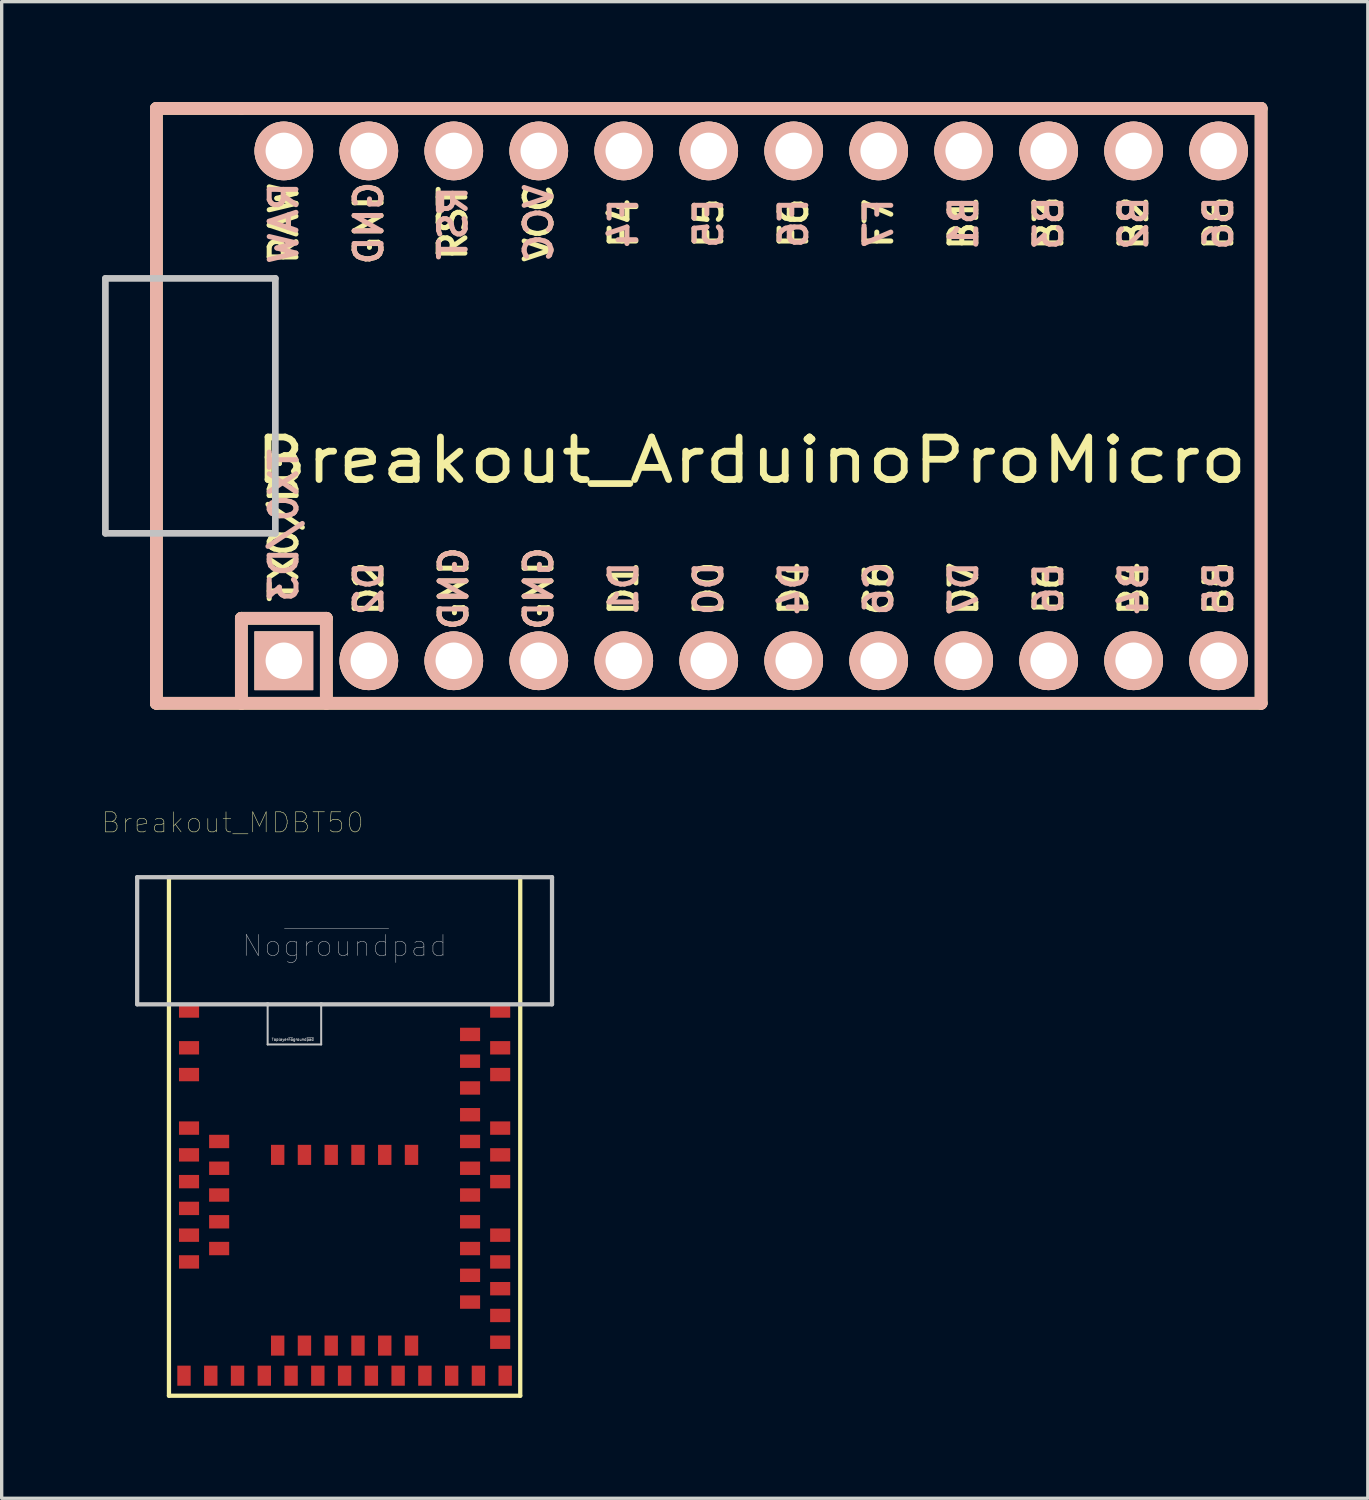
<source format=kicad_pcb>
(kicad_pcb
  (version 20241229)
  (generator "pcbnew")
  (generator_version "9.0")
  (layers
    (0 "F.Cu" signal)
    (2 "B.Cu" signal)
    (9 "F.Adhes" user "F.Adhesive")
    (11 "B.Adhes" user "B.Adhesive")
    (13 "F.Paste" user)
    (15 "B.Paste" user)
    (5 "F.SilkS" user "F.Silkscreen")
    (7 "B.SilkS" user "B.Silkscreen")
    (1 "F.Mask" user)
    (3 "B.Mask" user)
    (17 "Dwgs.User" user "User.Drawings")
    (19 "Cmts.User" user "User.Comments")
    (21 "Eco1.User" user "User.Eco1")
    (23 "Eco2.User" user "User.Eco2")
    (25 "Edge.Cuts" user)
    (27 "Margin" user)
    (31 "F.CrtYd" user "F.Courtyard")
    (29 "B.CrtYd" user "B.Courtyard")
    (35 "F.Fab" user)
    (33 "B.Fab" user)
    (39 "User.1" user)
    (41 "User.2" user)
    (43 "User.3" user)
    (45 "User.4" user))
  (footprint "Breakout_ArduinoProMicro"
    (layer "F.Cu")
    (at 19.404 9.081)
    (property "Reference" "Breakout_ArduinoProMicro" (at 0 1.625 0) (layer "F.SilkS") (effects (font (size 1.27 1.524) (thickness 0.203))))
    (attr through_hole)
    (fp_line (start -17.78 -8.89) (end -17.78 8.89) (stroke (width 0.381) (type solid)) (layer "F.SilkS"))
    (fp_line (start -17.78 8.89) (end -15.24 8.89) (stroke (width 0.381) (type solid)) (layer "F.SilkS"))
    (fp_line (start -15.24 -8.89) (end -17.78 -8.89) (stroke (width 0.381) (type solid)) (layer "F.SilkS"))
    (fp_line (start -15.24 6.35) (end -15.24 8.89) (stroke (width 0.381) (type solid)) (layer "F.SilkS"))
    (fp_line (start -15.24 6.35) (end -12.7 6.35) (stroke (width 0.381) (type solid)) (layer "F.SilkS"))
    (fp_line (start -15.24 8.89) (end 15.24 8.89) (stroke (width 0.381) (type solid)) (layer "F.SilkS"))
    (fp_line (start -12.7 6.35) (end -12.7 8.89) (stroke (width 0.381) (type solid)) (layer "F.SilkS"))
    (fp_line (start 15.24 -8.89) (end -15.24 -8.89) (stroke (width 0.381) (type solid)) (layer "F.SilkS"))
    (fp_line (start 15.24 8.89) (end 15.24 -8.89) (stroke (width 0.381) (type solid)) (layer "F.SilkS"))
    (fp_line (start -17.78 -8.89) (end -17.78 8.89) (stroke (width 0.381) (type solid)) (layer "B.SilkS"))
    (fp_line (start -17.78 8.89) (end 15.24 8.89) (stroke (width 0.381) (type solid)) (layer "B.SilkS"))
    (fp_line (start -15.24 6.35) (end -15.24 8.89) (stroke (width 0.381) (type solid)) (layer "B.SilkS"))
    (fp_line (start -15.24 6.35) (end -12.7 6.35) (stroke (width 0.381) (type solid)) (layer "B.SilkS"))
    (fp_line (start -12.7 6.35) (end -12.7 8.89) (stroke (width 0.381) (type solid)) (layer "B.SilkS"))
    (fp_line (start 15.24 -8.89) (end -17.78 -8.89) (stroke (width 0.381) (type solid)) (layer "B.SilkS"))
    (fp_line (start 15.24 8.89) (end 15.24 -8.89) (stroke (width 0.381) (type solid)) (layer "B.SilkS"))
    (fp_poly (pts (xy -9.351 -5.845) (xy -9.251 -5.845) (xy -9.251 -6.345) (xy -9.351 -6.345)) (stroke (width 0.15) (type solid)) (fill yes) (layer "B.SilkS"))
    (fp_line (start -19.304 -3.81) (end -14.224 -3.81) (stroke (width 0.2) (type solid)) (layer "Dwgs.User"))
    (fp_line (start -19.304 3.81) (end -19.304 -3.81) (stroke (width 0.2) (type solid)) (layer "Dwgs.User"))
    (fp_line (start -14.224 -3.81) (end -14.224 3.81) (stroke (width 0.2) (type solid)) (layer "Dwgs.User"))
    (fp_line (start -14.224 3.81) (end -19.304 3.81) (stroke (width 0.2) (type solid)) (layer "Dwgs.User"))
    (fp_text user "D7" (at 6.35 5.461 90) (layer "F.SilkS") (effects (font (size 0.8 0.8) (thickness 0.15))))
    (fp_text user "VCC" (at -6.35 -5.461 90) (layer "F.SilkS") (effects (font (size 0.8 0.8) (thickness 0.15))))
    (fp_text user "D1" (at -3.81 5.461 90) (layer "F.SilkS") (effects (font (size 0.8 0.8) (thickness 0.15))))
    (fp_text user "D2" (at -11.43 5.461 90) (layer "F.SilkS") (effects (font (size 0.8 0.8) (thickness 0.15))))
    (fp_text user "GND" (at -11.43 -5.461 90) (layer "F.SilkS") (effects (font (size 0.8 0.8) (thickness 0.15))))
    (fp_text user "D4" (at 1.27 5.461 90) (layer "F.SilkS") (effects (font (size 0.8 0.8) (thickness 0.15))))
    (fp_text user "GND" (at -6.35 5.461 90) (layer "F.SilkS") (effects (font (size 0.8 0.8) (thickness 0.15))))
    (fp_text user "B3" (at 8.89 -5.461 90) (layer "F.SilkS") (effects (font (size 0.8 0.8) (thickness 0.15))))
    (fp_text user "TX0/D3" (at -13.97 3.572 90) (layer "F.SilkS") (effects (font (size 0.8 0.8) (thickness 0.15))))
    (fp_text user "B1" (at 6.35 -5.461 90) (layer "F.SilkS") (effects (font (size 0.8 0.8) (thickness 0.15))))
    (fp_text user "F6" (at 1.27 -5.461 90) (layer "F.SilkS") (effects (font (size 0.8 0.8) (thickness 0.15))))
    (fp_text user "B5" (at 13.97 5.461 90) (layer "F.SilkS") (effects (font (size 0.8 0.8) (thickness 0.15))))
    (fp_text user "F7" (at 3.81 -5.461 90) (layer "F.SilkS") (effects (font (size 0.8 0.8) (thickness 0.15))))
    (fp_text user "B6" (at 13.97 -5.461 90) (layer "F.SilkS") (effects (font (size 0.8 0.8) (thickness 0.15))))
    (fp_text user "D0" (at -1.27 5.461 90) (layer "F.SilkS") (effects (font (size 0.8 0.8) (thickness 0.15))))
    (fp_text user "F4" (at -3.81 -5.461 90) (layer "F.SilkS") (effects (font (size 0.8 0.8) (thickness 0.15))))
    (fp_text user "F5" (at -1.27 -5.461 90) (layer "F.SilkS") (effects (font (size 0.8 0.8) (thickness 0.15))))
    (fp_text user "B4" (at 11.43 5.461 90) (layer "F.SilkS") (effects (font (size 0.8 0.8) (thickness 0.15))))
    (fp_text user "GND" (at -8.89 5.461 90) (layer "F.SilkS") (effects (font (size 0.8 0.8) (thickness 0.15))))
    (fp_text user "C6" (at 3.81 5.461 90) (layer "F.SilkS") (effects (font (size 0.8 0.8) (thickness 0.15))))
    (fp_text user "RST" (at -8.92 -5.461 90) (layer "F.SilkS") (effects (font (size 0.8 0.8) (thickness 0.15))))
    (fp_text user "B2" (at 11.43 -5.461 90) (layer "F.SilkS") (effects (font (size 0.8 0.8) (thickness 0.15))))
    (fp_text user "RAW" (at -13.97 -5.461 90) (layer "F.SilkS") (effects (font (size 0.8 0.8) (thickness 0.15))))
    (fp_text user "E6" (at 8.89 5.461 90) (layer "F.SilkS") (effects (font (size 0.8 0.8) (thickness 0.15))))
    (fp_text user "B6" (at 13.97 -5.461 90) (layer "B.SilkS") (effects (font (size 0.8 0.8) (thickness 0.15)) (justify mirror)))
    (fp_text user "B2" (at 11.43 -5.461 90) (layer "B.SilkS") (effects (font (size 0.8 0.8) (thickness 0.15)) (justify mirror)))
    (fp_text user "D1" (at -3.81 5.461 90) (layer "B.SilkS") (effects (font (size 0.8 0.8) (thickness 0.15)) (justify mirror)))
    (fp_text user "C6" (at 3.81 5.461 90) (layer "B.SilkS") (effects (font (size 0.8 0.8) (thickness 0.15)) (justify mirror)))
    (fp_text user "D7" (at 6.35 5.461 90) (layer "B.SilkS") (effects (font (size 0.8 0.8) (thickness 0.15)) (justify mirror)))
    (fp_text user "F7" (at 3.81 -5.461 90) (layer "B.SilkS") (effects (font (size 0.8 0.8) (thickness 0.15)) (justify mirror)))
    (fp_text user "TX0/D3" (at -13.97 3.572 90) (layer "B.SilkS") (effects (font (size 0.8 0.8) (thickness 0.15)) (justify mirror)))
    (fp_text user "RAW" (at -13.97 -5.461 90) (layer "B.SilkS") (effects (font (size 0.8 0.8) (thickness 0.15)) (justify mirror)))
    (fp_text user "GND" (at -6.35 5.461 90) (layer "B.SilkS") (effects (font (size 0.8 0.8) (thickness 0.15)) (justify mirror)))
    (fp_text user "VCC" (at -6.35 -5.461 90) (layer "B.SilkS") (effects (font (size 0.8 0.8) (thickness 0.15)) (justify mirror)))
    (fp_text user "B5" (at 13.97 5.461 90) (layer "B.SilkS") (effects (font (size 0.8 0.8) (thickness 0.15)) (justify mirror)))
    (fp_text user "B1" (at 6.35 -5.461 90) (layer "B.SilkS") (effects (font (size 0.8 0.8) (thickness 0.15)) (justify mirror)))
    (fp_text user "D0" (at -1.27 5.461 90) (layer "B.SilkS") (effects (font (size 0.8 0.8) (thickness 0.15)) (justify mirror)))
    (fp_text user "GND" (at -11.43 -5.461 90) (layer "B.SilkS") (effects (font (size 0.8 0.8) (thickness 0.15)) (justify mirror)))
    (fp_text user "D4" (at 1.27 5.461 90) (layer "B.SilkS") (effects (font (size 0.8 0.8) (thickness 0.15)) (justify mirror)))
    (fp_text user "GND" (at -8.89 5.461 90) (layer "B.SilkS") (effects (font (size 0.8 0.8) (thickness 0.15)) (justify mirror)))
    (fp_text user "F6" (at 1.27 -5.461 90) (layer "B.SilkS") (effects (font (size 0.8 0.8) (thickness 0.15)) (justify mirror)))
    (fp_text user "F5" (at -1.27 -5.461 90) (layer "B.SilkS") (effects (font (size 0.8 0.8) (thickness 0.15)) (justify mirror)))
    (fp_text user "F4" (at -3.81 -5.461 90) (layer "B.SilkS") (effects (font (size 0.8 0.8) (thickness 0.15)) (justify mirror)))
    (fp_text user "B4" (at 11.43 5.461 90) (layer "B.SilkS") (effects (font (size 0.8 0.8) (thickness 0.15)) (justify mirror)))
    (fp_text user "B3" (at 8.89 -5.461 90) (layer "B.SilkS") (effects (font (size 0.8 0.8) (thickness 0.15)) (justify mirror)))
    (fp_text user "E6" (at 8.89 5.461 90) (layer "B.SilkS") (effects (font (size 0.8 0.8) (thickness 0.15)) (justify mirror)))
    (fp_text user "D2" (at -11.43 5.461 90) (layer "B.SilkS") (effects (font (size 0.8 0.8) (thickness 0.15)) (justify mirror)))
    (fp_text user "RST" (at -8.91 -5.461 90) (layer "B.SilkS") (effects (font (size 0.8 0.8) (thickness 0.15)) (justify mirror)))
    (pad "1" thru_hole rect (at -13.97 7.62) (size 1.753 1.753) (drill 1.092) (layers "*.Cu" "*.SilkS" "*.Mask"))
    (pad "2" thru_hole circle (at -11.43 7.62) (size 1.753 1.753) (drill 1.092) (layers "*.Cu" "*.SilkS" "*.Mask"))
    (pad "3" thru_hole circle (at -8.89 7.62) (size 1.753 1.753) (drill 1.092) (layers "*.Cu" "*.SilkS" "*.Mask"))
    (pad "4" thru_hole circle (at -6.35 7.62) (size 1.753 1.753) (drill 1.092) (layers "*.Cu" "*.SilkS" "*.Mask"))
    (pad "5" thru_hole circle (at -3.81 7.62) (size 1.753 1.753) (drill 1.092) (layers "*.Cu" "*.SilkS" "*.Mask"))
    (pad "6" thru_hole circle (at -1.27 7.62) (size 1.753 1.753) (drill 1.092) (layers "*.Cu" "*.SilkS" "*.Mask"))
    (pad "7" thru_hole circle (at 1.27 7.62) (size 1.753 1.753) (drill 1.092) (layers "*.Cu" "*.SilkS" "*.Mask"))
    (pad "8" thru_hole circle (at 3.81 7.62) (size 1.753 1.753) (drill 1.092) (layers "*.Cu" "*.SilkS" "*.Mask"))
    (pad "9" thru_hole circle (at 6.35 7.62) (size 1.753 1.753) (drill 1.092) (layers "*.Cu" "*.SilkS" "*.Mask"))
    (pad "10" thru_hole circle (at 8.89 7.62) (size 1.753 1.753) (drill 1.092) (layers "*.Cu" "*.SilkS" "*.Mask"))
    (pad "11" thru_hole circle (at 11.43 7.62) (size 1.753 1.753) (drill 1.092) (layers "*.Cu" "*.SilkS" "*.Mask"))
    (pad "12" thru_hole circle (at 13.97 7.62) (size 1.753 1.753) (drill 1.092) (layers "*.Cu" "*.SilkS" "*.Mask"))
    (pad "13" thru_hole circle (at 13.97 -7.62) (size 1.753 1.753) (drill 1.092) (layers "*.Cu" "*.SilkS" "*.Mask"))
    (pad "14" thru_hole circle (at 11.43 -7.62) (size 1.753 1.753) (drill 1.092) (layers "*.Cu" "*.SilkS" "*.Mask"))
    (pad "15" thru_hole circle (at 8.89 -7.62) (size 1.753 1.753) (drill 1.092) (layers "*.Cu" "*.SilkS" "*.Mask"))
    (pad "16" thru_hole circle (at 6.35 -7.62) (size 1.753 1.753) (drill 1.092) (layers "*.Cu" "*.SilkS" "*.Mask"))
    (pad "17" thru_hole circle (at 3.81 -7.62) (size 1.753 1.753) (drill 1.092) (layers "*.Cu" "*.SilkS" "*.Mask"))
    (pad "18" thru_hole circle (at 1.27 -7.62) (size 1.753 1.753) (drill 1.092) (layers "*.Cu" "*.SilkS" "*.Mask"))
    (pad "19" thru_hole circle (at -1.27 -7.62) (size 1.753 1.753) (drill 1.092) (layers "*.Cu" "*.SilkS" "*.Mask"))
    (pad "20" thru_hole circle (at -3.81 -7.62) (size 1.753 1.753) (drill 1.092) (layers "*.Cu" "*.SilkS" "*.Mask"))
    (pad "21" thru_hole circle (at -6.35 -7.62) (size 1.753 1.753) (drill 1.092) (layers "*.Cu" "*.SilkS" "*.Mask"))
    (pad "22" thru_hole circle (at -8.89 -7.62) (size 1.753 1.753) (drill 1.092) (layers "*.Cu" "*.SilkS" "*.Mask"))
    (pad "23" thru_hole circle (at -11.43 -7.62) (size 1.753 1.753) (drill 1.092) (layers "*.Cu" "*.SilkS" "*.Mask"))
    (pad "24" thru_hole circle (at -13.97 -7.62) (size 1.753 1.753) (drill 1.092) (layers "*.Cu" "*.SilkS" "*.Mask")))
  (footprint "Breakout_MDBT50"
    (layer "F.Cu")
    (at 7.25 30.919)
    (property "Reference" "Breakout_MDBT50" (at -3.345 -9.381 0) (layer "F.SilkS") (effects (font (size 0.6 0.6) (thickness 0.015))))
    (attr through_hole)
    (fp_line (start -5.25 -7.75) (end 5.25 -7.75) (stroke (width 0.127) (type solid)) (layer "F.SilkS"))
    (fp_line (start -5.25 7.75) (end -5.25 -7.75) (stroke (width 0.127) (type solid)) (layer "F.SilkS"))
    (fp_line (start 5.25 -7.75) (end 5.25 7.75) (stroke (width 0.127) (type solid)) (layer "F.SilkS"))
    (fp_line (start 5.25 7.75) (end -5.25 7.75) (stroke (width 0.127) (type solid)) (layer "F.SilkS"))
    (fp_line (start -6.2 -7.75) (end -6.2 -3.95) (stroke (width 0.127) (type solid)) (layer "Dwgs.User"))
    (fp_line (start -6.2 -7.75) (end 6.2 -7.75) (stroke (width 0.127) (type solid)) (layer "Dwgs.User"))
    (fp_line (start -6.2 -3.95) (end -2.3 -3.95) (stroke (width 0.127) (type solid)) (layer "Dwgs.User"))
    (fp_line (start -2.3 -3.95) (end -2.3 -2.75) (stroke (width 0.06) (type solid)) (layer "Dwgs.User"))
    (fp_line (start -2.3 -3.95) (end -0.7 -3.95) (stroke (width 0.127) (type solid)) (layer "Dwgs.User"))
    (fp_line (start -2.3 -2.75) (end -0.7 -2.75) (stroke (width 0.06) (type solid)) (layer "Dwgs.User"))
    (fp_line (start -0.7 -3.95) (end -0.7 -2.75) (stroke (width 0.06) (type solid)) (layer "Dwgs.User"))
    (fp_line (start -0.7 -3.95) (end 6.2 -3.95) (stroke (width 0.127) (type solid)) (layer "Dwgs.User"))
    (fp_line (start 6.2 -7.75) (end 6.2 -3.95) (stroke (width 0.127) (type solid)) (layer "Dwgs.User"))
    (fp_text user "No~{ground}pad" (at 0 -5.7 0) (layer "Dwgs.User") (effects (font (size 0.63 0.63) (thickness 0.015))))
    (fp_text user "Toplayer~{no}ground~{pad}" (at -1.55 -2.9 0) (layer "Dwgs.User") (effects (font (size 0.079 0.079) (thickness 0.015))))
    (pad "1" smd rect (at -4.65 -3.75) (size 0.6 0.4) (layers "F.Cu" "F.Mask" "F.Paste"))
    (pad "2" smd rect (at -4.65 -2.65) (size 0.6 0.4) (layers "F.Cu" "F.Mask" "F.Paste"))
    (pad "3" smd rect (at -4.65 -1.85) (size 0.6 0.4) (layers "F.Cu" "F.Mask" "F.Paste"))
    (pad "4" smd rect (at -4.65 -0.25) (size 0.6 0.4) (layers "F.Cu" "F.Mask" "F.Paste"))
    (pad "5" smd rect (at -3.75 0.15) (size 0.6 0.4) (layers "F.Cu" "F.Mask" "F.Paste"))
    (pad "6" smd rect (at -4.65 0.55) (size 0.6 0.4) (layers "F.Cu" "F.Mask" "F.Paste"))
    (pad "7" smd rect (at -3.75 0.95) (size 0.6 0.4) (layers "F.Cu" "F.Mask" "F.Paste"))
    (pad "8" smd rect (at -4.65 1.35) (size 0.6 0.4) (layers "F.Cu" "F.Mask" "F.Paste"))
    (pad "9" smd rect (at -3.75 1.75) (size 0.6 0.4) (layers "F.Cu" "F.Mask" "F.Paste"))
    (pad "10" smd rect (at -4.65 2.15) (size 0.6 0.4) (layers "F.Cu" "F.Mask" "F.Paste"))
    (pad "11" smd rect (at -3.75 2.55) (size 0.6 0.4) (layers "F.Cu" "F.Mask" "F.Paste"))
    (pad "12" smd rect (at -4.65 2.95) (size 0.6 0.4) (layers "F.Cu" "F.Mask" "F.Paste"))
    (pad "13" smd rect (at -3.75 3.35) (size 0.6 0.4) (layers "F.Cu" "F.Mask" "F.Paste"))
    (pad "14" smd rect (at -4.65 3.75) (size 0.6 0.4) (layers "F.Cu" "F.Mask" "F.Paste"))
    (pad "15" smd rect (at -4.8 7.15) (size 0.4 0.6) (layers "F.Cu" "F.Mask" "F.Paste"))
    (pad "16" smd rect (at -4 7.15) (size 0.4 0.6) (layers "F.Cu" "F.Mask" "F.Paste"))
    (pad "17" smd rect (at -3.2 7.15) (size 0.4 0.6) (layers "F.Cu" "F.Mask" "F.Paste"))
    (pad "18" smd rect (at -2.4 7.15) (size 0.4 0.6) (layers "F.Cu" "F.Mask" "F.Paste"))
    (pad "19" smd rect (at -2 6.25) (size 0.4 0.6) (layers "F.Cu" "F.Mask" "F.Paste"))
    (pad "20" smd rect (at -1.6 7.15) (size 0.4 0.6) (layers "F.Cu" "F.Mask" "F.Paste"))
    (pad "21" smd rect (at -1.2 6.25) (size 0.4 0.6) (layers "F.Cu" "F.Mask" "F.Paste"))
    (pad "22" smd rect (at -0.8 7.15) (size 0.4 0.6) (layers "F.Cu" "F.Mask" "F.Paste"))
    (pad "23" smd rect (at -0.4 6.25) (size 0.4 0.6) (layers "F.Cu" "F.Mask" "F.Paste"))
    (pad "24" smd rect (at 0 7.15) (size 0.4 0.6) (layers "F.Cu" "F.Mask" "F.Paste"))
    (pad "25" smd rect (at 0.4 6.25) (size 0.4 0.6) (layers "F.Cu" "F.Mask" "F.Paste"))
    (pad "26" smd rect (at 0.8 7.15) (size 0.4 0.6) (layers "F.Cu" "F.Mask" "F.Paste"))
    (pad "27" smd rect (at 1.2 6.25) (size 0.4 0.6) (layers "F.Cu" "F.Mask" "F.Paste"))
    (pad "28" smd rect (at 1.6 7.15) (size 0.4 0.6) (layers "F.Cu" "F.Mask" "F.Paste"))
    (pad "29" smd rect (at 2 6.25) (size 0.4 0.6) (layers "F.Cu" "F.Mask" "F.Paste"))
    (pad "30" smd rect (at 2.4 7.15) (size 0.4 0.6) (layers "F.Cu" "F.Mask" "F.Paste"))
    (pad "31" smd rect (at 3.2 7.15) (size 0.4 0.6) (layers "F.Cu" "F.Mask" "F.Paste"))
    (pad "32" smd rect (at 4 7.15) (size 0.4 0.6) (layers "F.Cu" "F.Mask" "F.Paste"))
    (pad "33" smd rect (at 4.8 7.15) (size 0.4 0.6) (layers "F.Cu" "F.Mask" "F.Paste"))
    (pad "34" smd rect (at 4.65 6.15) (size 0.6 0.4) (layers "F.Cu" "F.Mask" "F.Paste"))
    (pad "35" smd rect (at 4.65 5.35) (size 0.6 0.4) (layers "F.Cu" "F.Mask" "F.Paste"))
    (pad "36" smd rect (at 3.75 4.95) (size 0.6 0.4) (layers "F.Cu" "F.Mask" "F.Paste"))
    (pad "37" smd rect (at 4.65 4.55) (size 0.6 0.4) (layers "F.Cu" "F.Mask" "F.Paste"))
    (pad "38" smd rect (at 3.75 4.15) (size 0.6 0.4) (layers "F.Cu" "F.Mask" "F.Paste"))
    (pad "39" smd rect (at 4.65 3.75) (size 0.6 0.4) (layers "F.Cu" "F.Mask" "F.Paste"))
    (pad "40" smd rect (at 3.75 3.35) (size 0.6 0.4) (layers "F.Cu" "F.Mask" "F.Paste"))
    (pad "41" smd rect (at 4.65 2.95) (size 0.6 0.4) (layers "F.Cu" "F.Mask" "F.Paste"))
    (pad "42" smd rect (at 3.75 2.55) (size 0.6 0.4) (layers "F.Cu" "F.Mask" "F.Paste"))
    (pad "43" smd rect (at 3.75 1.75) (size 0.6 0.4) (layers "F.Cu" "F.Mask" "F.Paste"))
    (pad "44" smd rect (at 4.65 1.35) (size 0.6 0.4) (layers "F.Cu" "F.Mask" "F.Paste"))
    (pad "45" smd rect (at 3.75 0.95) (size 0.6 0.4) (layers "F.Cu" "F.Mask" "F.Paste"))
    (pad "46" smd rect (at 4.65 0.55) (size 0.6 0.4) (layers "F.Cu" "F.Mask" "F.Paste"))
    (pad "47" smd rect (at 3.75 0.15) (size 0.6 0.4) (layers "F.Cu" "F.Mask" "F.Paste"))
    (pad "48" smd rect (at 4.65 -0.25) (size 0.6 0.4) (layers "F.Cu" "F.Mask" "F.Paste"))
    (pad "49" smd rect (at 3.75 -0.65) (size 0.6 0.4) (layers "F.Cu" "F.Mask" "F.Paste"))
    (pad "50" smd rect (at 3.75 -1.45) (size 0.6 0.4) (layers "F.Cu" "F.Mask" "F.Paste"))
    (pad "51" smd rect (at 4.65 -1.85) (size 0.6 0.4) (layers "F.Cu" "F.Mask" "F.Paste"))
    (pad "52" smd rect (at 3.75 -2.25) (size 0.6 0.4) (layers "F.Cu" "F.Mask" "F.Paste"))
    (pad "53" smd rect (at 4.65 -2.65) (size 0.6 0.4) (layers "F.Cu" "F.Mask" "F.Paste"))
    (pad "54" smd rect (at 3.75 -3.05) (size 0.6 0.4) (layers "F.Cu" "F.Mask" "F.Paste"))
    (pad "55" smd rect (at 4.65 -3.75) (size 0.6 0.4) (layers "F.Cu" "F.Mask" "F.Paste"))
    (pad "56" smd rect (at -2 0.55) (size 0.4 0.6) (layers "F.Cu" "F.Mask" "F.Paste"))
    (pad "57" smd rect (at -1.2 0.55) (size 0.4 0.6) (layers "F.Cu" "F.Mask" "F.Paste"))
    (pad "58" smd rect (at -0.4 0.55) (size 0.4 0.6) (layers "F.Cu" "F.Mask" "F.Paste"))
    (pad "59" smd rect (at 0.4 0.55) (size 0.4 0.6) (layers "F.Cu" "F.Mask" "F.Paste"))
    (pad "60" smd rect (at 1.2 0.55) (size 0.4 0.6) (layers "F.Cu" "F.Mask" "F.Paste"))
    (pad "61" smd rect (at 2 0.55) (size 0.4 0.6) (layers "F.Cu" "F.Mask" "F.Paste")))
  (gr_rect
    (start -3 -3)
    (end 37.834 41.733)
    (stroke (width 0.1) (type default))
    (fill no)
    (layer "Edge.Cuts")))
</source>
